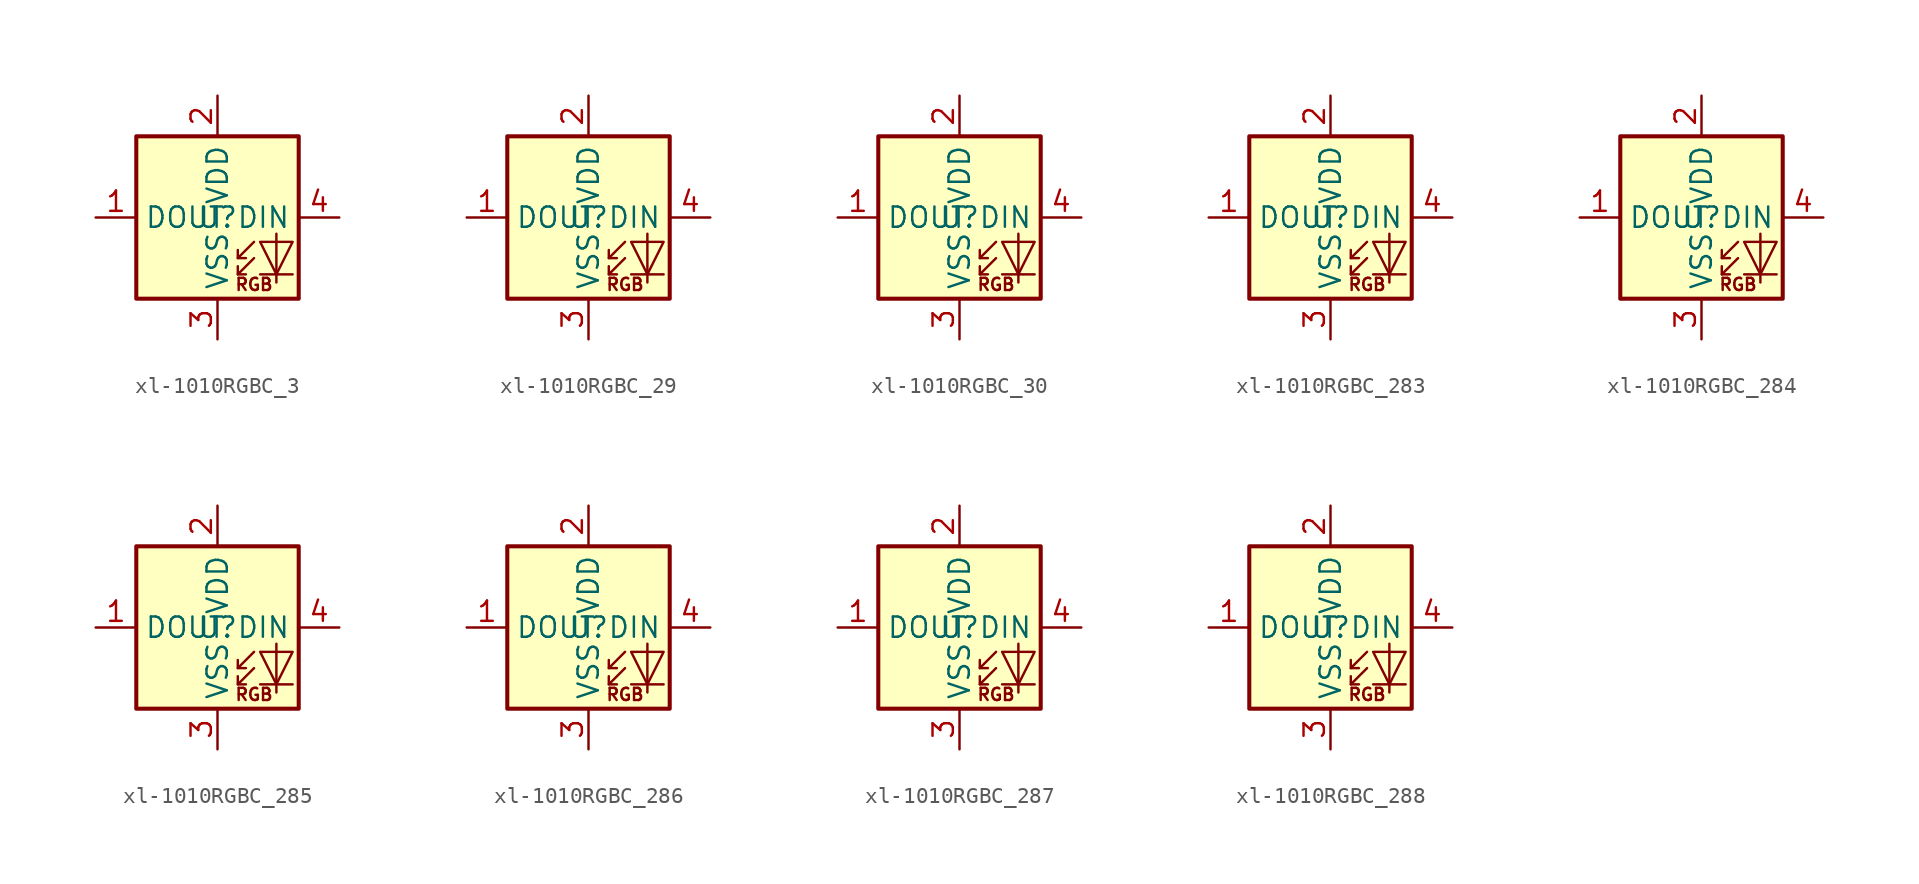
<source format=kicad_sym>
(kicad_symbol_lib
  (version 20231120)
  (generator "kicad_symbol_editor")
  (generator_version "8.0")
  (symbol "xl-1010RGBC_3"
    (property "Reference" "U"
      (at 0 0 0)
      (effects (font (size 1.27 1.27))))
    (property "Value" ""
      (at 0 0 0)
      (effects (font (size 1.27 1.27))))
    (symbol "xl-1010RGBC_3_0_0"
      (text "RGB" (at 2.286 -4.191 0) (effects (font (size 0.762 0.762)))))
    (symbol "xl-1010RGBC_3_0_1"
      (polyline (pts (xy 1.27 -3.556) (xy 1.778 -3.556)) (stroke (width 0) (type default)) (fill (type none)))
      (polyline (pts (xy 1.27 -2.54) (xy 1.778 -2.54)) (stroke (width 0) (type default)) (fill (type none)))
      (polyline (pts (xy 4.699 -3.556) (xy 2.667 -3.556)) (stroke (width 0) (type default)) (fill (type none)))
      (polyline (pts (xy 2.286 -2.54) (xy 1.27 -3.556) (xy 1.27 -3.048)) (stroke (width 0) (type default)) (fill (type none)))
      (polyline (pts (xy 2.286 -1.524) (xy 1.27 -2.54) (xy 1.27 -2.032)) (stroke (width 0) (type default)) (fill (type none)))
      (polyline (pts (xy 3.683 -1.016) (xy 3.683 -3.556) (xy 3.683 -4.064)) (stroke (width 0) (type default)) (fill (type none)))
      (polyline (pts (xy 4.699 -1.524) (xy 2.667 -1.524) (xy 3.683 -3.556) (xy 4.699 -1.524)) (stroke (width 0) (type default)) (fill (type none)))
      (rectangle (start 5.08 5.08) (end -5.08 -5.08) (stroke (width 0.254) (type default)) (fill (type background))))
    (symbol "xl-1010RGBC_3_1_1"
      (pin output line (at -7.62 0 0) (length 2.54) (name "DOUT" (effects (font (size 1.27 1.27)))) (number "1" (effects (font (size 1.27 1.27)))))
      (pin power_in line (at 0 7.62 270) (length 2.54) (name "VDD" (effects (font (size 1.27 1.27)))) (number "2" (effects (font (size 1.27 1.27)))))
      (pin power_in line (at 0 -7.62 90) (length 2.54) (name "VSS" (effects (font (size 1.27 1.27)))) (number "3" (effects (font (size 1.27 1.27)))))
      (pin input line (at 7.62 0 180) (length 2.54) (name "DIN" (effects (font (size 1.27 1.27)))) (number "4" (effects (font (size 1.27 1.27)))))))
  (symbol "xl-1010RGBC_29"
    (property "Reference" "U"
      (at 0 0 0)
      (effects (font (size 1.27 1.27))))
    (property "Value" ""
      (at 0 0 0)
      (effects (font (size 1.27 1.27))))
    (symbol "xl-1010RGBC_29_0_0"
      (text "RGB" (at 2.286 -4.191 0) (effects (font (size 0.762 0.762)))))
    (symbol "xl-1010RGBC_29_0_1"
      (polyline (pts (xy 1.27 -3.556) (xy 1.778 -3.556)) (stroke (width 0) (type default)) (fill (type none)))
      (polyline (pts (xy 1.27 -2.54) (xy 1.778 -2.54)) (stroke (width 0) (type default)) (fill (type none)))
      (polyline (pts (xy 4.699 -3.556) (xy 2.667 -3.556)) (stroke (width 0) (type default)) (fill (type none)))
      (polyline (pts (xy 2.286 -2.54) (xy 1.27 -3.556) (xy 1.27 -3.048)) (stroke (width 0) (type default)) (fill (type none)))
      (polyline (pts (xy 2.286 -1.524) (xy 1.27 -2.54) (xy 1.27 -2.032)) (stroke (width 0) (type default)) (fill (type none)))
      (polyline (pts (xy 3.683 -1.016) (xy 3.683 -3.556) (xy 3.683 -4.064)) (stroke (width 0) (type default)) (fill (type none)))
      (polyline (pts (xy 4.699 -1.524) (xy 2.667 -1.524) (xy 3.683 -3.556) (xy 4.699 -1.524)) (stroke (width 0) (type default)) (fill (type none)))
      (rectangle (start 5.08 5.08) (end -5.08 -5.08) (stroke (width 0.254) (type default)) (fill (type background))))
    (symbol "xl-1010RGBC_29_1_1"
      (pin output line (at -7.62 0 0) (length 2.54) (name "DOUT" (effects (font (size 1.27 1.27)))) (number "1" (effects (font (size 1.27 1.27)))))
      (pin power_in line (at 0 7.62 270) (length 2.54) (name "VDD" (effects (font (size 1.27 1.27)))) (number "2" (effects (font (size 1.27 1.27)))))
      (pin power_in line (at 0 -7.62 90) (length 2.54) (name "VSS" (effects (font (size 1.27 1.27)))) (number "3" (effects (font (size 1.27 1.27)))))
      (pin input line (at 7.62 0 180) (length 2.54) (name "DIN" (effects (font (size 1.27 1.27)))) (number "4" (effects (font (size 1.27 1.27)))))))
  (symbol "xl-1010RGBC_30"
    (property "Reference" "U"
      (at 0 0 0)
      (effects (font (size 1.27 1.27))))
    (property "Value" ""
      (at 0 0 0)
      (effects (font (size 1.27 1.27))))
    (symbol "xl-1010RGBC_30_0_0"
      (text "RGB" (at 2.286 -4.191 0) (effects (font (size 0.762 0.762)))))
    (symbol "xl-1010RGBC_30_0_1"
      (polyline (pts (xy 1.27 -3.556) (xy 1.778 -3.556)) (stroke (width 0) (type default)) (fill (type none)))
      (polyline (pts (xy 1.27 -2.54) (xy 1.778 -2.54)) (stroke (width 0) (type default)) (fill (type none)))
      (polyline (pts (xy 4.699 -3.556) (xy 2.667 -3.556)) (stroke (width 0) (type default)) (fill (type none)))
      (polyline (pts (xy 2.286 -2.54) (xy 1.27 -3.556) (xy 1.27 -3.048)) (stroke (width 0) (type default)) (fill (type none)))
      (polyline (pts (xy 2.286 -1.524) (xy 1.27 -2.54) (xy 1.27 -2.032)) (stroke (width 0) (type default)) (fill (type none)))
      (polyline (pts (xy 3.683 -1.016) (xy 3.683 -3.556) (xy 3.683 -4.064)) (stroke (width 0) (type default)) (fill (type none)))
      (polyline (pts (xy 4.699 -1.524) (xy 2.667 -1.524) (xy 3.683 -3.556) (xy 4.699 -1.524)) (stroke (width 0) (type default)) (fill (type none)))
      (rectangle (start 5.08 5.08) (end -5.08 -5.08) (stroke (width 0.254) (type default)) (fill (type background))))
    (symbol "xl-1010RGBC_30_1_1"
      (pin output line (at -7.62 0 0) (length 2.54) (name "DOUT" (effects (font (size 1.27 1.27)))) (number "1" (effects (font (size 1.27 1.27)))))
      (pin power_in line (at 0 7.62 270) (length 2.54) (name "VDD" (effects (font (size 1.27 1.27)))) (number "2" (effects (font (size 1.27 1.27)))))
      (pin power_in line (at 0 -7.62 90) (length 2.54) (name "VSS" (effects (font (size 1.27 1.27)))) (number "3" (effects (font (size 1.27 1.27)))))
      (pin input line (at 7.62 0 180) (length 2.54) (name "DIN" (effects (font (size 1.27 1.27)))) (number "4" (effects (font (size 1.27 1.27)))))))
  (symbol "xl-1010RGBC_283"
    (property "Reference" "U"
      (at 0 0 0)
      (effects (font (size 1.27 1.27))))
    (property "Value" ""
      (at 0 0 0)
      (effects (font (size 1.27 1.27))))
    (symbol "xl-1010RGBC_283_0_0"
      (text "RGB" (at 2.286 -4.191 0) (effects (font (size 0.762 0.762)))))
    (symbol "xl-1010RGBC_283_0_1"
      (polyline (pts (xy 1.27 -3.556) (xy 1.778 -3.556)) (stroke (width 0) (type default)) (fill (type none)))
      (polyline (pts (xy 1.27 -2.54) (xy 1.778 -2.54)) (stroke (width 0) (type default)) (fill (type none)))
      (polyline (pts (xy 4.699 -3.556) (xy 2.667 -3.556)) (stroke (width 0) (type default)) (fill (type none)))
      (polyline (pts (xy 2.286 -2.54) (xy 1.27 -3.556) (xy 1.27 -3.048)) (stroke (width 0) (type default)) (fill (type none)))
      (polyline (pts (xy 2.286 -1.524) (xy 1.27 -2.54) (xy 1.27 -2.032)) (stroke (width 0) (type default)) (fill (type none)))
      (polyline (pts (xy 3.683 -1.016) (xy 3.683 -3.556) (xy 3.683 -4.064)) (stroke (width 0) (type default)) (fill (type none)))
      (polyline (pts (xy 4.699 -1.524) (xy 2.667 -1.524) (xy 3.683 -3.556) (xy 4.699 -1.524)) (stroke (width 0) (type default)) (fill (type none)))
      (rectangle (start 5.08 5.08) (end -5.08 -5.08) (stroke (width 0.254) (type default)) (fill (type background))))
    (symbol "xl-1010RGBC_283_1_1"
      (pin output line (at -7.62 0 0) (length 2.54) (name "DOUT" (effects (font (size 1.27 1.27)))) (number "1" (effects (font (size 1.27 1.27)))))
      (pin power_in line (at 0 7.62 270) (length 2.54) (name "VDD" (effects (font (size 1.27 1.27)))) (number "2" (effects (font (size 1.27 1.27)))))
      (pin power_in line (at 0 -7.62 90) (length 2.54) (name "VSS" (effects (font (size 1.27 1.27)))) (number "3" (effects (font (size 1.27 1.27)))))
      (pin input line (at 7.62 0 180) (length 2.54) (name "DIN" (effects (font (size 1.27 1.27)))) (number "4" (effects (font (size 1.27 1.27)))))))
  (symbol "xl-1010RGBC_284"
    (property "Reference" "U"
      (at 0 0 0)
      (effects (font (size 1.27 1.27))))
    (property "Value" ""
      (at 0 0 0)
      (effects (font (size 1.27 1.27))))
    (symbol "xl-1010RGBC_284_0_0"
      (text "RGB" (at 2.286 -4.191 0) (effects (font (size 0.762 0.762)))))
    (symbol "xl-1010RGBC_284_0_1"
      (polyline (pts (xy 1.27 -3.556) (xy 1.778 -3.556)) (stroke (width 0) (type default)) (fill (type none)))
      (polyline (pts (xy 1.27 -2.54) (xy 1.778 -2.54)) (stroke (width 0) (type default)) (fill (type none)))
      (polyline (pts (xy 4.699 -3.556) (xy 2.667 -3.556)) (stroke (width 0) (type default)) (fill (type none)))
      (polyline (pts (xy 2.286 -2.54) (xy 1.27 -3.556) (xy 1.27 -3.048)) (stroke (width 0) (type default)) (fill (type none)))
      (polyline (pts (xy 2.286 -1.524) (xy 1.27 -2.54) (xy 1.27 -2.032)) (stroke (width 0) (type default)) (fill (type none)))
      (polyline (pts (xy 3.683 -1.016) (xy 3.683 -3.556) (xy 3.683 -4.064)) (stroke (width 0) (type default)) (fill (type none)))
      (polyline (pts (xy 4.699 -1.524) (xy 2.667 -1.524) (xy 3.683 -3.556) (xy 4.699 -1.524)) (stroke (width 0) (type default)) (fill (type none)))
      (rectangle (start 5.08 5.08) (end -5.08 -5.08) (stroke (width 0.254) (type default)) (fill (type background))))
    (symbol "xl-1010RGBC_284_1_1"
      (pin output line (at -7.62 0 0) (length 2.54) (name "DOUT" (effects (font (size 1.27 1.27)))) (number "1" (effects (font (size 1.27 1.27)))))
      (pin power_in line (at 0 7.62 270) (length 2.54) (name "VDD" (effects (font (size 1.27 1.27)))) (number "2" (effects (font (size 1.27 1.27)))))
      (pin power_in line (at 0 -7.62 90) (length 2.54) (name "VSS" (effects (font (size 1.27 1.27)))) (number "3" (effects (font (size 1.27 1.27)))))
      (pin input line (at 7.62 0 180) (length 2.54) (name "DIN" (effects (font (size 1.27 1.27)))) (number "4" (effects (font (size 1.27 1.27)))))))
  (symbol "xl-1010RGBC_285"
    (property "Reference" "U"
      (at 0 0 0)
      (effects (font (size 1.27 1.27))))
    (property "Value" ""
      (at 0 0 0)
      (effects (font (size 1.27 1.27))))
    (symbol "xl-1010RGBC_285_0_0"
      (text "RGB" (at 2.286 -4.191 0) (effects (font (size 0.762 0.762)))))
    (symbol "xl-1010RGBC_285_0_1"
      (polyline (pts (xy 1.27 -3.556) (xy 1.778 -3.556)) (stroke (width 0) (type default)) (fill (type none)))
      (polyline (pts (xy 1.27 -2.54) (xy 1.778 -2.54)) (stroke (width 0) (type default)) (fill (type none)))
      (polyline (pts (xy 4.699 -3.556) (xy 2.667 -3.556)) (stroke (width 0) (type default)) (fill (type none)))
      (polyline (pts (xy 2.286 -2.54) (xy 1.27 -3.556) (xy 1.27 -3.048)) (stroke (width 0) (type default)) (fill (type none)))
      (polyline (pts (xy 2.286 -1.524) (xy 1.27 -2.54) (xy 1.27 -2.032)) (stroke (width 0) (type default)) (fill (type none)))
      (polyline (pts (xy 3.683 -1.016) (xy 3.683 -3.556) (xy 3.683 -4.064)) (stroke (width 0) (type default)) (fill (type none)))
      (polyline (pts (xy 4.699 -1.524) (xy 2.667 -1.524) (xy 3.683 -3.556) (xy 4.699 -1.524)) (stroke (width 0) (type default)) (fill (type none)))
      (rectangle (start 5.08 5.08) (end -5.08 -5.08) (stroke (width 0.254) (type default)) (fill (type background))))
    (symbol "xl-1010RGBC_285_1_1"
      (pin output line (at -7.62 0 0) (length 2.54) (name "DOUT" (effects (font (size 1.27 1.27)))) (number "1" (effects (font (size 1.27 1.27)))))
      (pin power_in line (at 0 7.62 270) (length 2.54) (name "VDD" (effects (font (size 1.27 1.27)))) (number "2" (effects (font (size 1.27 1.27)))))
      (pin power_in line (at 0 -7.62 90) (length 2.54) (name "VSS" (effects (font (size 1.27 1.27)))) (number "3" (effects (font (size 1.27 1.27)))))
      (pin input line (at 7.62 0 180) (length 2.54) (name "DIN" (effects (font (size 1.27 1.27)))) (number "4" (effects (font (size 1.27 1.27)))))))
  (symbol "xl-1010RGBC_286"
    (property "Reference" "U"
      (at 0 0 0)
      (effects (font (size 1.27 1.27))))
    (property "Value" ""
      (at 0 0 0)
      (effects (font (size 1.27 1.27))))
    (symbol "xl-1010RGBC_286_0_0"
      (text "RGB" (at 2.286 -4.191 0) (effects (font (size 0.762 0.762)))))
    (symbol "xl-1010RGBC_286_0_1"
      (polyline (pts (xy 1.27 -3.556) (xy 1.778 -3.556)) (stroke (width 0) (type default)) (fill (type none)))
      (polyline (pts (xy 1.27 -2.54) (xy 1.778 -2.54)) (stroke (width 0) (type default)) (fill (type none)))
      (polyline (pts (xy 4.699 -3.556) (xy 2.667 -3.556)) (stroke (width 0) (type default)) (fill (type none)))
      (polyline (pts (xy 2.286 -2.54) (xy 1.27 -3.556) (xy 1.27 -3.048)) (stroke (width 0) (type default)) (fill (type none)))
      (polyline (pts (xy 2.286 -1.524) (xy 1.27 -2.54) (xy 1.27 -2.032)) (stroke (width 0) (type default)) (fill (type none)))
      (polyline (pts (xy 3.683 -1.016) (xy 3.683 -3.556) (xy 3.683 -4.064)) (stroke (width 0) (type default)) (fill (type none)))
      (polyline (pts (xy 4.699 -1.524) (xy 2.667 -1.524) (xy 3.683 -3.556) (xy 4.699 -1.524)) (stroke (width 0) (type default)) (fill (type none)))
      (rectangle (start 5.08 5.08) (end -5.08 -5.08) (stroke (width 0.254) (type default)) (fill (type background))))
    (symbol "xl-1010RGBC_286_1_1"
      (pin output line (at -7.62 0 0) (length 2.54) (name "DOUT" (effects (font (size 1.27 1.27)))) (number "1" (effects (font (size 1.27 1.27)))))
      (pin power_in line (at 0 7.62 270) (length 2.54) (name "VDD" (effects (font (size 1.27 1.27)))) (number "2" (effects (font (size 1.27 1.27)))))
      (pin power_in line (at 0 -7.62 90) (length 2.54) (name "VSS" (effects (font (size 1.27 1.27)))) (number "3" (effects (font (size 1.27 1.27)))))
      (pin input line (at 7.62 0 180) (length 2.54) (name "DIN" (effects (font (size 1.27 1.27)))) (number "4" (effects (font (size 1.27 1.27)))))))
  (symbol "xl-1010RGBC_287"
    (property "Reference" "U"
      (at 0 0 0)
      (effects (font (size 1.27 1.27))))
    (property "Value" ""
      (at 0 0 0)
      (effects (font (size 1.27 1.27))))
    (symbol "xl-1010RGBC_287_0_0"
      (text "RGB" (at 2.286 -4.191 0) (effects (font (size 0.762 0.762)))))
    (symbol "xl-1010RGBC_287_0_1"
      (polyline (pts (xy 1.27 -3.556) (xy 1.778 -3.556)) (stroke (width 0) (type default)) (fill (type none)))
      (polyline (pts (xy 1.27 -2.54) (xy 1.778 -2.54)) (stroke (width 0) (type default)) (fill (type none)))
      (polyline (pts (xy 4.699 -3.556) (xy 2.667 -3.556)) (stroke (width 0) (type default)) (fill (type none)))
      (polyline (pts (xy 2.286 -2.54) (xy 1.27 -3.556) (xy 1.27 -3.048)) (stroke (width 0) (type default)) (fill (type none)))
      (polyline (pts (xy 2.286 -1.524) (xy 1.27 -2.54) (xy 1.27 -2.032)) (stroke (width 0) (type default)) (fill (type none)))
      (polyline (pts (xy 3.683 -1.016) (xy 3.683 -3.556) (xy 3.683 -4.064)) (stroke (width 0) (type default)) (fill (type none)))
      (polyline (pts (xy 4.699 -1.524) (xy 2.667 -1.524) (xy 3.683 -3.556) (xy 4.699 -1.524)) (stroke (width 0) (type default)) (fill (type none)))
      (rectangle (start 5.08 5.08) (end -5.08 -5.08) (stroke (width 0.254) (type default)) (fill (type background))))
    (symbol "xl-1010RGBC_287_1_1"
      (pin output line (at -7.62 0 0) (length 2.54) (name "DOUT" (effects (font (size 1.27 1.27)))) (number "1" (effects (font (size 1.27 1.27)))))
      (pin power_in line (at 0 7.62 270) (length 2.54) (name "VDD" (effects (font (size 1.27 1.27)))) (number "2" (effects (font (size 1.27 1.27)))))
      (pin power_in line (at 0 -7.62 90) (length 2.54) (name "VSS" (effects (font (size 1.27 1.27)))) (number "3" (effects (font (size 1.27 1.27)))))
      (pin input line (at 7.62 0 180) (length 2.54) (name "DIN" (effects (font (size 1.27 1.27)))) (number "4" (effects (font (size 1.27 1.27)))))))
  (symbol "xl-1010RGBC_288"
    (property "Reference" "U"
      (at 0 0 0)
      (effects (font (size 1.27 1.27))))
    (property "Value" ""
      (at 0 0 0)
      (effects (font (size 1.27 1.27))))
    (symbol "xl-1010RGBC_288_0_0"
      (text "RGB" (at 2.286 -4.191 0) (effects (font (size 0.762 0.762)))))
    (symbol "xl-1010RGBC_288_0_1"
      (polyline (pts (xy 1.27 -3.556) (xy 1.778 -3.556)) (stroke (width 0) (type default)) (fill (type none)))
      (polyline (pts (xy 1.27 -2.54) (xy 1.778 -2.54)) (stroke (width 0) (type default)) (fill (type none)))
      (polyline (pts (xy 4.699 -3.556) (xy 2.667 -3.556)) (stroke (width 0) (type default)) (fill (type none)))
      (polyline (pts (xy 2.286 -2.54) (xy 1.27 -3.556) (xy 1.27 -3.048)) (stroke (width 0) (type default)) (fill (type none)))
      (polyline (pts (xy 2.286 -1.524) (xy 1.27 -2.54) (xy 1.27 -2.032)) (stroke (width 0) (type default)) (fill (type none)))
      (polyline (pts (xy 3.683 -1.016) (xy 3.683 -3.556) (xy 3.683 -4.064)) (stroke (width 0) (type default)) (fill (type none)))
      (polyline (pts (xy 4.699 -1.524) (xy 2.667 -1.524) (xy 3.683 -3.556) (xy 4.699 -1.524)) (stroke (width 0) (type default)) (fill (type none)))
      (rectangle (start 5.08 5.08) (end -5.08 -5.08) (stroke (width 0.254) (type default)) (fill (type background))))
    (symbol "xl-1010RGBC_288_1_1"
      (pin output line (at -7.62 0 0) (length 2.54) (name "DOUT" (effects (font (size 1.27 1.27)))) (number "1" (effects (font (size 1.27 1.27)))))
      (pin power_in line (at 0 7.62 270) (length 2.54) (name "VDD" (effects (font (size 1.27 1.27)))) (number "2" (effects (font (size 1.27 1.27)))))
      (pin power_in line (at 0 -7.62 90) (length 2.54) (name "VSS" (effects (font (size 1.27 1.27)))) (number "3" (effects (font (size 1.27 1.27)))))
      (pin input line (at 7.62 0 180) (length 2.54) (name "DIN" (effects (font (size 1.27 1.27)))) (number "4" (effects (font (size 1.27 1.27))))))))
</source>
